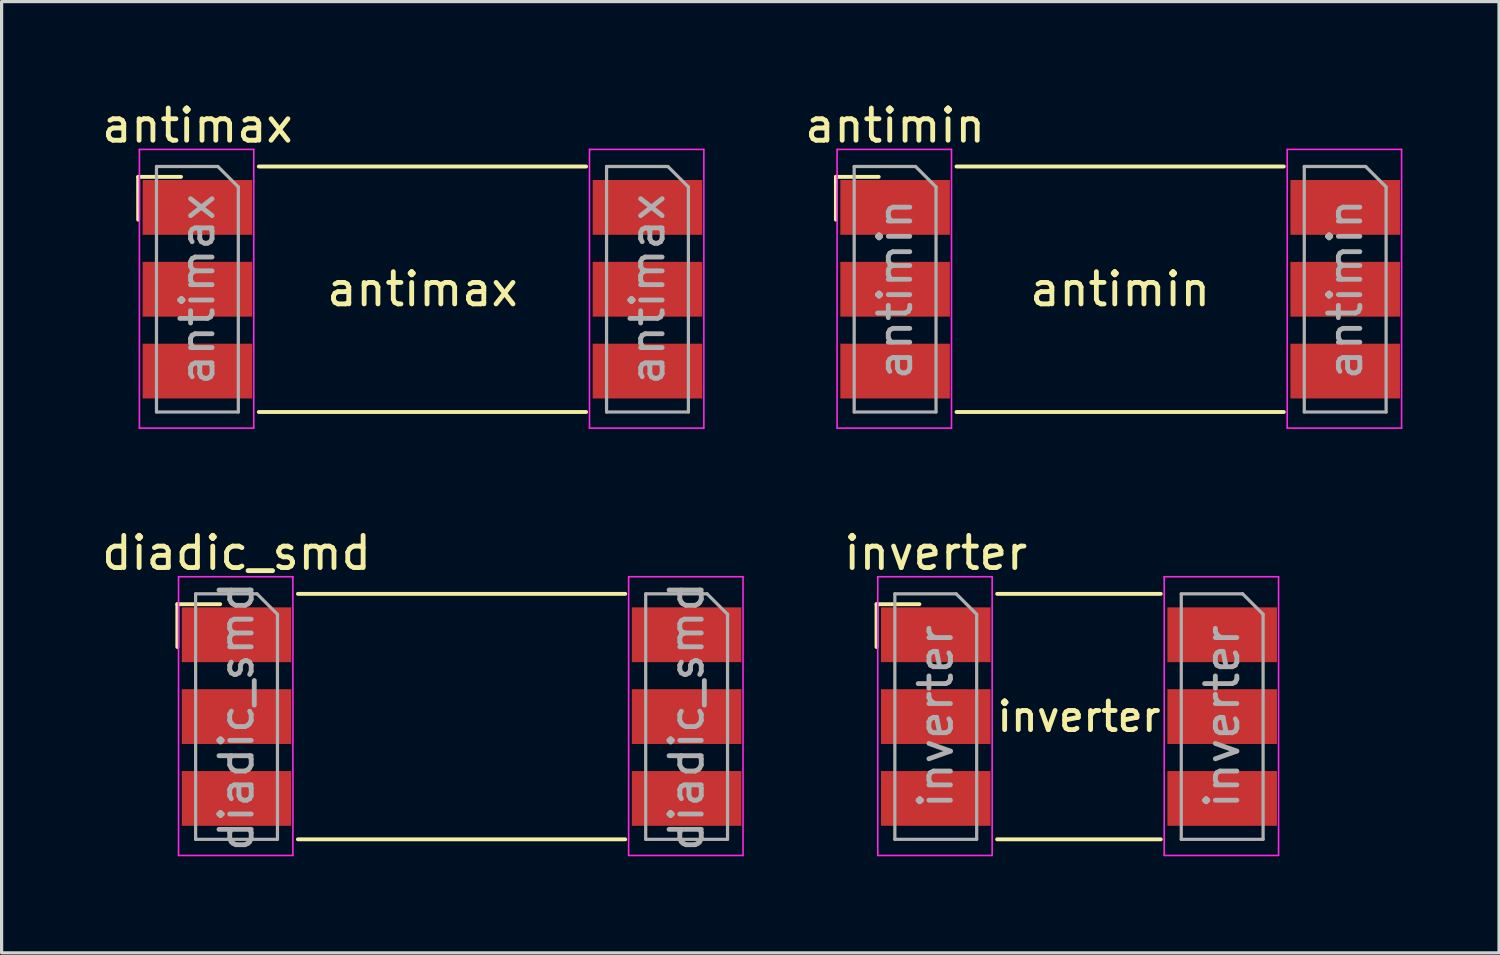
<source format=kicad_pcb>
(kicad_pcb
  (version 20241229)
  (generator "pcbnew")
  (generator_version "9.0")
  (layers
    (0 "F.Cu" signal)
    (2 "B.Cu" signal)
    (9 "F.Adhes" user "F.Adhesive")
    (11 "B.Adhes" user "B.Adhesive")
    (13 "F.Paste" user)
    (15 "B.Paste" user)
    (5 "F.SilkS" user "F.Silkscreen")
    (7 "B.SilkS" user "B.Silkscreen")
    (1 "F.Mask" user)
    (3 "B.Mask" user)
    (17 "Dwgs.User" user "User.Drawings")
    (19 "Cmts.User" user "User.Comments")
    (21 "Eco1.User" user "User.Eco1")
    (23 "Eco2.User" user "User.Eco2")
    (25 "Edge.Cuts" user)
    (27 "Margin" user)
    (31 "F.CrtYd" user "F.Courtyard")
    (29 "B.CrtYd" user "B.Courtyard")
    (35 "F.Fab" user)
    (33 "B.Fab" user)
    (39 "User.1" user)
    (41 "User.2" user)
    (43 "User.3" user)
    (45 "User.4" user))
  (footprint "inverter"
    (layer "F.Cu")
    (at 25.995 19.192)
    (property "Reference" "inverter" (at 0 -5.08 0) (layer "F.SilkS") (effects (font (size 1 1) (thickness 0.15))))
    (attr through_hole)
    (fp_line (start -1.838 -3.489) (end -0.508 -3.489) (stroke (width 0.12) (type solid)) (layer "F.SilkS"))
    (fp_line (start -1.838 -2.159) (end -1.838 -3.489) (stroke (width 0.12) (type solid)) (layer "F.SilkS"))
    (fp_line (start 1.905 -3.81) (end 6.985 -3.81) (stroke (width 0.12) (type solid)) (layer "F.SilkS"))
    (fp_line (start 1.905 3.81) (end 6.985 3.81) (stroke (width 0.12) (type solid)) (layer "F.SilkS"))
    (fp_line (start -1.8 -4.34) (end 1.75 -4.34) (stroke (width 0.05) (type solid)) (layer "F.CrtYd"))
    (fp_line (start -1.8 4.31) (end -1.8 -4.34) (stroke (width 0.05) (type solid)) (layer "F.CrtYd"))
    (fp_line (start 1.75 -4.34) (end 1.75 4.31) (stroke (width 0.05) (type solid)) (layer "F.CrtYd"))
    (fp_line (start 1.75 4.31) (end -1.8 4.31) (stroke (width 0.05) (type solid)) (layer "F.CrtYd"))
    (fp_line (start 7.09 -4.34) (end 10.64 -4.34) (stroke (width 0.05) (type solid)) (layer "F.CrtYd"))
    (fp_line (start 7.09 4.31) (end 7.09 -4.34) (stroke (width 0.05) (type solid)) (layer "F.CrtYd"))
    (fp_line (start 10.64 -4.34) (end 10.64 4.31) (stroke (width 0.05) (type solid)) (layer "F.CrtYd"))
    (fp_line (start 10.64 4.31) (end 7.09 4.31) (stroke (width 0.05) (type solid)) (layer "F.CrtYd"))
    (fp_line (start -1.27 -3.81) (end 0.635 -3.81) (stroke (width 0.1) (type solid)) (layer "F.Fab"))
    (fp_line (start -1.27 3.81) (end -1.27 -3.81) (stroke (width 0.1) (type solid)) (layer "F.Fab"))
    (fp_line (start 0.635 -3.81) (end 1.27 -3.175) (stroke (width 0.1) (type solid)) (layer "F.Fab"))
    (fp_line (start 1.27 -3.175) (end 1.27 3.81) (stroke (width 0.1) (type solid)) (layer "F.Fab"))
    (fp_line (start 1.27 3.81) (end -1.27 3.81) (stroke (width 0.1) (type solid)) (layer "F.Fab"))
    (fp_line (start 7.62 -3.81) (end 9.525 -3.81) (stroke (width 0.1) (type solid)) (layer "F.Fab"))
    (fp_line (start 7.62 3.81) (end 7.62 -3.81) (stroke (width 0.1) (type solid)) (layer "F.Fab"))
    (fp_line (start 9.525 -3.81) (end 10.16 -3.175) (stroke (width 0.1) (type solid)) (layer "F.Fab"))
    (fp_line (start 10.16 -3.175) (end 10.16 3.81) (stroke (width 0.1) (type solid)) (layer "F.Fab"))
    (fp_line (start 10.16 3.81) (end 7.62 3.81) (stroke (width 0.1) (type solid)) (layer "F.Fab"))
    (fp_text user "inverter" (at 4.445 0 0) (layer "F.SilkS") (effects (font (size 0.889 0.889) (thickness 0.15))))
    (fp_text user "${REFERENCE}" (at 0 0 90) (layer "F.Fab") (effects (font (size 1 1) (thickness 0.15))))
    (fp_text user "${REFERENCE}" (at 8.89 0 90) (layer "F.Fab") (effects (font (size 1 1) (thickness 0.15))))
    (pad "1" smd rect (at 0 -2.54) (size 3.4 1.7) (layers "F.Cu" "F.Mask" "F.Paste"))
    (pad "2" smd rect (at 8.89 -2.54) (size 3.4 1.7) (layers "F.Cu" "F.Mask" "F.Paste"))
    (pad "3" smd rect (at 0 0) (size 3.4 1.7) (layers "F.Cu" "F.Mask" "F.Paste"))
    (pad "4" smd rect (at 8.89 0) (size 3.4 1.7) (layers "F.Cu" "F.Mask" "F.Paste"))
    (pad "5" smd rect (at 0 2.54) (size 3.4 1.7) (layers "F.Cu" "F.Mask" "F.Paste"))
    (pad "6" smd rect (at 8.89 2.54) (size 3.4 1.7) (layers "F.Cu" "F.Mask" "F.Paste")))
  (footprint "antimax"
    (layer "F.Cu")
    (at 3.077 5.928)
    (property "Reference" "antimax" (at 0 -5.08 0) (layer "F.SilkS") (effects (font (size 1 1) (thickness 0.15))))
    (attr through_hole)
    (fp_line (start -1.838 -3.489) (end -0.508 -3.489) (stroke (width 0.12) (type solid)) (layer "F.SilkS"))
    (fp_line (start -1.838 -2.159) (end -1.838 -3.489) (stroke (width 0.12) (type solid)) (layer "F.SilkS"))
    (fp_line (start 1.905 -3.81) (end 12.065 -3.81) (stroke (width 0.12) (type solid)) (layer "F.SilkS"))
    (fp_line (start 12.065 3.81) (end 1.905 3.81) (stroke (width 0.12) (type solid)) (layer "F.SilkS"))
    (fp_line (start -1.8 -4.34) (end 1.75 -4.34) (stroke (width 0.05) (type solid)) (layer "F.CrtYd"))
    (fp_line (start -1.8 4.31) (end -1.8 -4.34) (stroke (width 0.05) (type solid)) (layer "F.CrtYd"))
    (fp_line (start 1.75 -4.34) (end 1.75 4.31) (stroke (width 0.05) (type solid)) (layer "F.CrtYd"))
    (fp_line (start 1.75 4.31) (end -1.8 4.31) (stroke (width 0.05) (type solid)) (layer "F.CrtYd"))
    (fp_line (start 12.17 -4.34) (end 15.72 -4.34) (stroke (width 0.05) (type solid)) (layer "F.CrtYd"))
    (fp_line (start 12.17 4.31) (end 12.17 -4.34) (stroke (width 0.05) (type solid)) (layer "F.CrtYd"))
    (fp_line (start 15.72 -4.34) (end 15.72 4.31) (stroke (width 0.05) (type solid)) (layer "F.CrtYd"))
    (fp_line (start 15.72 4.31) (end 12.17 4.31) (stroke (width 0.05) (type solid)) (layer "F.CrtYd"))
    (fp_line (start -1.27 -3.81) (end 0.635 -3.81) (stroke (width 0.1) (type solid)) (layer "F.Fab"))
    (fp_line (start -1.27 3.81) (end -1.27 -3.81) (stroke (width 0.1) (type solid)) (layer "F.Fab"))
    (fp_line (start 0.635 -3.81) (end 1.27 -3.175) (stroke (width 0.1) (type solid)) (layer "F.Fab"))
    (fp_line (start 1.27 -3.175) (end 1.27 3.81) (stroke (width 0.1) (type solid)) (layer "F.Fab"))
    (fp_line (start 1.27 3.81) (end -1.27 3.81) (stroke (width 0.1) (type solid)) (layer "F.Fab"))
    (fp_line (start 12.7 -3.81) (end 14.605 -3.81) (stroke (width 0.1) (type solid)) (layer "F.Fab"))
    (fp_line (start 12.7 3.81) (end 12.7 -3.81) (stroke (width 0.1) (type solid)) (layer "F.Fab"))
    (fp_line (start 14.605 -3.81) (end 15.24 -3.175) (stroke (width 0.1) (type solid)) (layer "F.Fab"))
    (fp_line (start 15.24 -3.175) (end 15.24 3.81) (stroke (width 0.1) (type solid)) (layer "F.Fab"))
    (fp_line (start 15.24 3.81) (end 12.7 3.81) (stroke (width 0.1) (type solid)) (layer "F.Fab"))
    (fp_text user "antimax" (at 6.985 0 0) (layer "F.SilkS") (effects (font (size 1 1) (thickness 0.15))))
    (fp_text user "${REFERENCE}" (at 13.97 0 90) (layer "F.Fab") (effects (font (size 1 1) (thickness 0.15))))
    (fp_text user "${REFERENCE}" (at 0 0 90) (layer "F.Fab") (effects (font (size 1 1) (thickness 0.15))))
    (pad "1" smd rect (at 0 -2.54) (size 3.4 1.7) (layers "F.Cu" "F.Mask" "F.Paste"))
    (pad "2" smd rect (at 13.97 -2.54) (size 3.4 1.7) (layers "F.Cu" "F.Mask" "F.Paste"))
    (pad "3" smd rect (at 0 0) (size 3.4 1.7) (layers "F.Cu" "F.Mask" "F.Paste"))
    (pad "4" smd rect (at 13.97 0) (size 3.4 1.7) (layers "F.Cu" "F.Mask" "F.Paste"))
    (pad "5" smd rect (at 0 2.54) (size 3.4 1.7) (layers "F.Cu" "F.Mask" "F.Paste"))
    (pad "6" smd rect (at 13.97 2.54) (size 3.4 1.7) (layers "F.Cu" "F.Mask" "F.Paste")))
  (footprint "antimin"
    (layer "F.Cu")
    (at 24.733 5.928)
    (property "Reference" "antimin" (at 0 -5.08 0) (layer "F.SilkS") (effects (font (size 1 1) (thickness 0.15))))
    (attr through_hole)
    (fp_line (start -1.838 -3.489) (end -0.508 -3.489) (stroke (width 0.12) (type solid)) (layer "F.SilkS"))
    (fp_line (start -1.838 -2.159) (end -1.838 -3.489) (stroke (width 0.12) (type solid)) (layer "F.SilkS"))
    (fp_line (start 1.905 -3.81) (end 12.065 -3.81) (stroke (width 0.12) (type solid)) (layer "F.SilkS"))
    (fp_line (start 12.065 3.81) (end 1.905 3.81) (stroke (width 0.12) (type solid)) (layer "F.SilkS"))
    (fp_line (start -1.8 -4.34) (end 1.75 -4.34) (stroke (width 0.05) (type solid)) (layer "F.CrtYd"))
    (fp_line (start -1.8 4.31) (end -1.8 -4.34) (stroke (width 0.05) (type solid)) (layer "F.CrtYd"))
    (fp_line (start 1.75 -4.34) (end 1.75 4.31) (stroke (width 0.05) (type solid)) (layer "F.CrtYd"))
    (fp_line (start 1.75 4.31) (end -1.8 4.31) (stroke (width 0.05) (type solid)) (layer "F.CrtYd"))
    (fp_line (start 12.17 -4.34) (end 15.72 -4.34) (stroke (width 0.05) (type solid)) (layer "F.CrtYd"))
    (fp_line (start 12.17 4.31) (end 12.17 -4.34) (stroke (width 0.05) (type solid)) (layer "F.CrtYd"))
    (fp_line (start 15.72 -4.34) (end 15.72 4.31) (stroke (width 0.05) (type solid)) (layer "F.CrtYd"))
    (fp_line (start 15.72 4.31) (end 12.17 4.31) (stroke (width 0.05) (type solid)) (layer "F.CrtYd"))
    (fp_line (start -1.27 -3.81) (end 0.635 -3.81) (stroke (width 0.1) (type solid)) (layer "F.Fab"))
    (fp_line (start -1.27 3.81) (end -1.27 -3.81) (stroke (width 0.1) (type solid)) (layer "F.Fab"))
    (fp_line (start 0.635 -3.81) (end 1.27 -3.175) (stroke (width 0.1) (type solid)) (layer "F.Fab"))
    (fp_line (start 1.27 -3.175) (end 1.27 3.81) (stroke (width 0.1) (type solid)) (layer "F.Fab"))
    (fp_line (start 1.27 3.81) (end -1.27 3.81) (stroke (width 0.1) (type solid)) (layer "F.Fab"))
    (fp_line (start 12.7 -3.81) (end 14.605 -3.81) (stroke (width 0.1) (type solid)) (layer "F.Fab"))
    (fp_line (start 12.7 3.81) (end 12.7 -3.81) (stroke (width 0.1) (type solid)) (layer "F.Fab"))
    (fp_line (start 14.605 -3.81) (end 15.24 -3.175) (stroke (width 0.1) (type solid)) (layer "F.Fab"))
    (fp_line (start 15.24 -3.175) (end 15.24 3.81) (stroke (width 0.1) (type solid)) (layer "F.Fab"))
    (fp_line (start 15.24 3.81) (end 12.7 3.81) (stroke (width 0.1) (type solid)) (layer "F.Fab"))
    (fp_text user "antimin" (at 6.985 0 0) (layer "F.SilkS") (effects (font (size 1 1) (thickness 0.15))))
    (fp_text user "${REFERENCE}" (at 13.97 0 90) (layer "F.Fab") (effects (font (size 1 1) (thickness 0.15))))
    (fp_text user "${REFERENCE}" (at 0 0 90) (layer "F.Fab") (effects (font (size 1 1) (thickness 0.15))))
    (pad "1" smd rect (at 0 -2.54) (size 3.4 1.7) (layers "F.Cu" "F.Mask" "F.Paste"))
    (pad "2" smd rect (at 13.97 -2.54) (size 3.4 1.7) (layers "F.Cu" "F.Mask" "F.Paste"))
    (pad "3" smd rect (at 0 0) (size 3.4 1.7) (layers "F.Cu" "F.Mask" "F.Paste"))
    (pad "4" smd rect (at 13.97 0) (size 3.4 1.7) (layers "F.Cu" "F.Mask" "F.Paste"))
    (pad "5" smd rect (at 0 2.54) (size 3.4 1.7) (layers "F.Cu" "F.Mask" "F.Paste"))
    (pad "6" smd rect (at 13.97 2.54) (size 3.4 1.7) (layers "F.Cu" "F.Mask" "F.Paste")))
  (footprint "diadic_smd"
    (layer "F.Cu")
    (at 4.292 19.192)
    (property "Reference" "diadic_smd" (at 0 -5.08 0) (layer "F.SilkS") (effects (font (size 1 1) (thickness 0.15))))
    (attr through_hole)
    (fp_line (start -1.838 -3.489) (end -0.508 -3.489) (stroke (width 0.12) (type solid)) (layer "F.SilkS"))
    (fp_line (start -1.838 -2.159) (end -1.838 -3.489) (stroke (width 0.12) (type solid)) (layer "F.SilkS"))
    (fp_line (start 1.905 3.81) (end 12.065 3.81) (stroke (width 0.12) (type solid)) (layer "F.SilkS"))
    (fp_line (start 12.065 -3.81) (end 1.905 -3.81) (stroke (width 0.12) (type solid)) (layer "F.SilkS"))
    (fp_line (start -1.8 -4.34) (end 1.75 -4.34) (stroke (width 0.05) (type solid)) (layer "F.CrtYd"))
    (fp_line (start -1.8 4.31) (end -1.8 -4.34) (stroke (width 0.05) (type solid)) (layer "F.CrtYd"))
    (fp_line (start 1.75 -4.34) (end 1.75 4.31) (stroke (width 0.05) (type solid)) (layer "F.CrtYd"))
    (fp_line (start 1.75 4.31) (end -1.8 4.31) (stroke (width 0.05) (type solid)) (layer "F.CrtYd"))
    (fp_line (start 12.17 -4.34) (end 15.72 -4.34) (stroke (width 0.05) (type solid)) (layer "F.CrtYd"))
    (fp_line (start 12.17 4.31) (end 12.17 -4.34) (stroke (width 0.05) (type solid)) (layer "F.CrtYd"))
    (fp_line (start 15.72 -4.34) (end 15.72 4.31) (stroke (width 0.05) (type solid)) (layer "F.CrtYd"))
    (fp_line (start 15.72 4.31) (end 12.17 4.31) (stroke (width 0.05) (type solid)) (layer "F.CrtYd"))
    (fp_line (start -1.27 -3.81) (end 0.635 -3.81) (stroke (width 0.1) (type solid)) (layer "F.Fab"))
    (fp_line (start -1.27 3.81) (end -1.27 -3.81) (stroke (width 0.1) (type solid)) (layer "F.Fab"))
    (fp_line (start 0.635 -3.81) (end 1.27 -3.175) (stroke (width 0.1) (type solid)) (layer "F.Fab"))
    (fp_line (start 1.27 -3.175) (end 1.27 3.81) (stroke (width 0.1) (type solid)) (layer "F.Fab"))
    (fp_line (start 1.27 3.81) (end -1.27 3.81) (stroke (width 0.1) (type solid)) (layer "F.Fab"))
    (fp_line (start 12.7 -3.81) (end 14.605 -3.81) (stroke (width 0.1) (type solid)) (layer "F.Fab"))
    (fp_line (start 12.7 3.81) (end 12.7 -3.81) (stroke (width 0.1) (type solid)) (layer "F.Fab"))
    (fp_line (start 14.605 -3.81) (end 15.24 -3.175) (stroke (width 0.1) (type solid)) (layer "F.Fab"))
    (fp_line (start 15.24 -3.175) (end 15.24 3.81) (stroke (width 0.1) (type solid)) (layer "F.Fab"))
    (fp_line (start 15.24 3.81) (end 12.7 3.81) (stroke (width 0.1) (type solid)) (layer "F.Fab"))
    (fp_text user "${REFERENCE}" (at 13.97 0 90) (layer "F.Fab") (effects (font (size 1 1) (thickness 0.15))))
    (fp_text user "${REFERENCE}" (at 0 0 90) (layer "F.Fab") (effects (font (size 1 1) (thickness 0.15))))
    (pad "1" smd rect (at 0 -2.54) (size 3.4 1.7) (layers "F.Cu" "F.Mask" "F.Paste"))
    (pad "2" smd rect (at 13.97 -2.54) (size 3.4 1.7) (layers "F.Cu" "F.Mask" "F.Paste"))
    (pad "3" smd rect (at 0 0) (size 3.4 1.7) (layers "F.Cu" "F.Mask" "F.Paste"))
    (pad "4" smd rect (at 13.97 0) (size 3.4 1.7) (layers "F.Cu" "F.Mask" "F.Paste"))
    (pad "5" smd rect (at 0 2.54) (size 3.4 1.7) (layers "F.Cu" "F.Mask" "F.Paste"))
    (pad "6" smd rect (at 13.97 2.54) (size 3.4 1.7) (layers "F.Cu" "F.Mask" "F.Paste")))
  (gr_rect
    (start -3 -3)
    (end 43.478 26.526)
    (stroke (width 0.1) (type default))
    (fill no)
    (layer "Edge.Cuts")))
</source>
